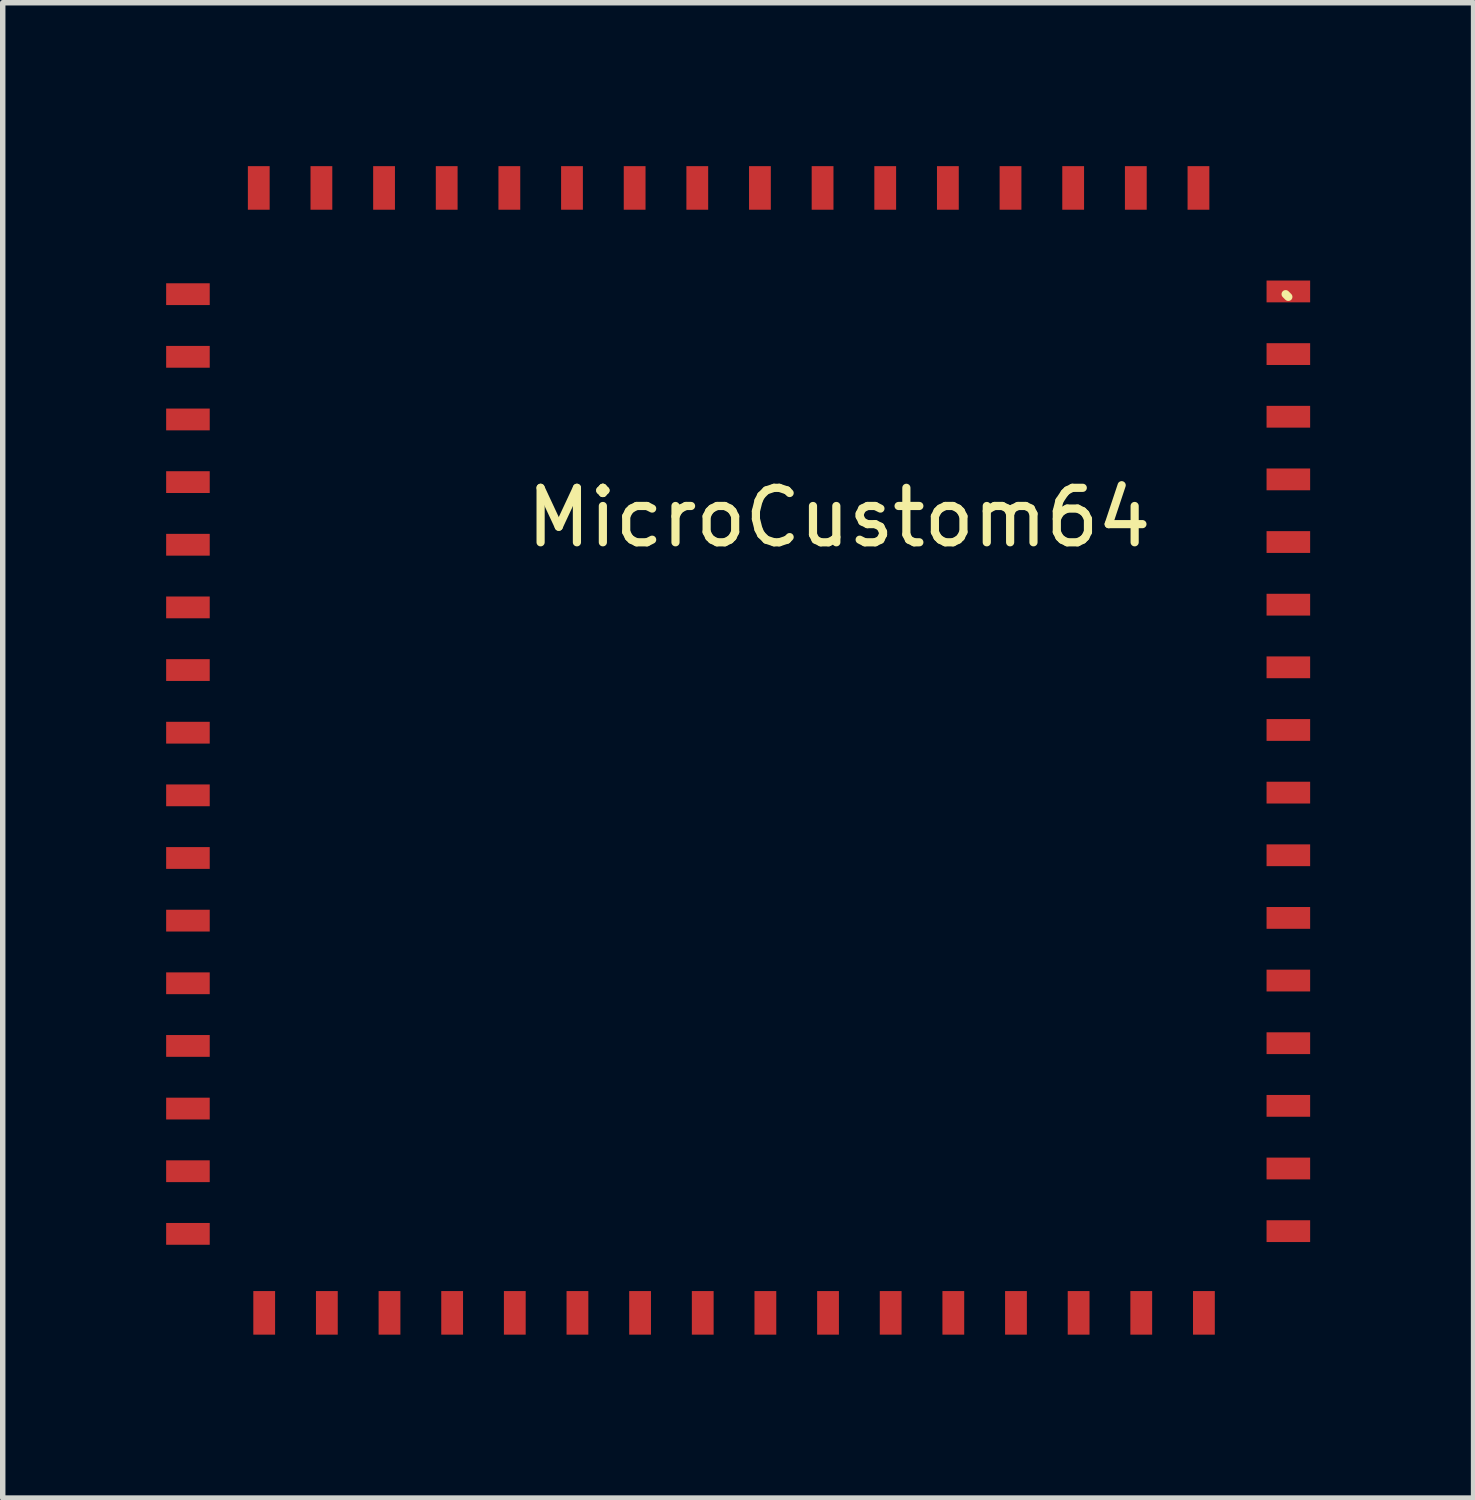
<source format=kicad_pcb>
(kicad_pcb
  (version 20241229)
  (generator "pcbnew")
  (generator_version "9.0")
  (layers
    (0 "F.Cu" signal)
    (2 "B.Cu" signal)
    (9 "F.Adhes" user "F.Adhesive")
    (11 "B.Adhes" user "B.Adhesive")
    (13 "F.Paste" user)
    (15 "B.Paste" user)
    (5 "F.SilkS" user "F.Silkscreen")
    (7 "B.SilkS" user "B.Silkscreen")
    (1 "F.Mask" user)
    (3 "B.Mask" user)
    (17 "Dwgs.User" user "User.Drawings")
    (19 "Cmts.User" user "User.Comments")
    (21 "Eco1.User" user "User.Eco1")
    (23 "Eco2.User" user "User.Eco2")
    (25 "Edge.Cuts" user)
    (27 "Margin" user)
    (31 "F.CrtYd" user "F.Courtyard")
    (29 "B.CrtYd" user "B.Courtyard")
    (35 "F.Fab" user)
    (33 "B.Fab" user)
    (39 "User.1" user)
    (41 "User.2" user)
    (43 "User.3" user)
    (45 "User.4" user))
  (footprint "MicroCustom64"
    (layer "F.Cu")
    (at 10.3 12.5)
    (property "Reference" "MicroCustom64" (at 2.05 -6.05 0) (layer "F.SilkS") (effects (font (size 1 1) (thickness 0.15))))
    (attr through_hole)
    (fp_line (start 10.3 -10.1) (end 10.25 -10.15) (stroke (width 0.15) (type solid)) (layer "F.SilkS"))
    (pad "P1" smd rect (at -9.9 -10.15 270) (size 0.4 0.8) (layers "F.Cu" "F.Mask" "F.Paste"))
    (pad "P2" smd rect (at -9.9 -9 270) (size 0.4 0.8) (layers "F.Cu" "F.Mask" "F.Paste"))
    (pad "P3" smd rect (at -9.9 -7.85 270) (size 0.4 0.8) (layers "F.Cu" "F.Mask" "F.Paste"))
    (pad "P4" smd rect (at -9.9 -6.7 270) (size 0.4 0.8) (layers "F.Cu" "F.Mask" "F.Paste"))
    (pad "P5" smd rect (at -9.9 -5.55 270) (size 0.4 0.8) (layers "F.Cu" "F.Mask" "F.Paste"))
    (pad "P6" smd rect (at -9.9 -4.4 270) (size 0.4 0.8) (layers "F.Cu" "F.Mask" "F.Paste"))
    (pad "P7" smd rect (at -9.9 -3.25 270) (size 0.4 0.8) (layers "F.Cu" "F.Mask" "F.Paste"))
    (pad "P8" smd rect (at -9.9 -2.1 270) (size 0.4 0.8) (layers "F.Cu" "F.Mask" "F.Paste"))
    (pad "P9" smd rect (at -9.9 -0.95 270) (size 0.4 0.8) (layers "F.Cu" "F.Mask" "F.Paste"))
    (pad "P10" smd rect (at -9.9 0.2 270) (size 0.4 0.8) (layers "F.Cu" "F.Mask" "F.Paste"))
    (pad "P11" smd rect (at -9.9 1.35 270) (size 0.4 0.8) (layers "F.Cu" "F.Mask" "F.Paste"))
    (pad "P12" smd rect (at -9.9 2.5 270) (size 0.4 0.8) (layers "F.Cu" "F.Mask" "F.Paste"))
    (pad "P13" smd rect (at -9.9 3.65 270) (size 0.4 0.8) (layers "F.Cu" "F.Mask" "F.Paste"))
    (pad "P14" smd rect (at -9.9 4.8 270) (size 0.4 0.8) (layers "F.Cu" "F.Mask" "F.Paste"))
    (pad "P15" smd rect (at -9.9 5.95 270) (size 0.4 0.8) (layers "F.Cu" "F.Mask" "F.Paste"))
    (pad "P16" smd rect (at -9.9 7.1 270) (size 0.4 0.8) (layers "F.Cu" "F.Mask" "F.Paste"))
    (pad "P17" smd rect (at -8.5 8.55) (size 0.4 0.8) (layers "F.Cu" "F.Mask" "F.Paste"))
    (pad "P18" smd rect (at -7.35 8.55) (size 0.4 0.8) (layers "F.Cu" "F.Mask" "F.Paste"))
    (pad "P19" smd rect (at -6.2 8.55) (size 0.4 0.8) (layers "F.Cu" "F.Mask" "F.Paste"))
    (pad "P20" smd rect (at -5.05 8.55) (size 0.4 0.8) (layers "F.Cu" "F.Mask" "F.Paste"))
    (pad "P21" smd rect (at -3.9 8.55) (size 0.4 0.8) (layers "F.Cu" "F.Mask" "F.Paste"))
    (pad "P22" smd rect (at -2.75 8.55) (size 0.4 0.8) (layers "F.Cu" "F.Mask" "F.Paste"))
    (pad "P23" smd rect (at -1.6 8.55) (size 0.4 0.8) (layers "F.Cu" "F.Mask" "F.Paste"))
    (pad "P24" smd rect (at -0.45 8.55) (size 0.4 0.8) (layers "F.Cu" "F.Mask" "F.Paste"))
    (pad "P25" smd rect (at 0.7 8.55) (size 0.4 0.8) (layers "F.Cu" "F.Mask" "F.Paste"))
    (pad "P26" smd rect (at 1.85 8.55) (size 0.4 0.8) (layers "F.Cu" "F.Mask" "F.Paste"))
    (pad "P27" smd rect (at 3 8.55) (size 0.4 0.8) (layers "F.Cu" "F.Mask" "F.Paste"))
    (pad "P28" smd rect (at 4.15 8.55) (size 0.4 0.8) (layers "F.Cu" "F.Mask" "F.Paste"))
    (pad "P29" smd rect (at 5.3 8.55) (size 0.4 0.8) (layers "F.Cu" "F.Mask" "F.Paste"))
    (pad "P30" smd rect (at 6.45 8.55) (size 0.4 0.8) (layers "F.Cu" "F.Mask" "F.Paste"))
    (pad "P31" smd rect (at 7.6 8.55) (size 0.4 0.8) (layers "F.Cu" "F.Mask" "F.Paste"))
    (pad "P32" smd rect (at 8.75 8.55) (size 0.4 0.8) (layers "F.Cu" "F.Mask" "F.Paste"))
    (pad "P33" smd rect (at 10.3 7.05 270) (size 0.4 0.8) (layers "F.Cu" "F.Mask" "F.Paste"))
    (pad "P34" smd rect (at 10.3 5.9 270) (size 0.4 0.8) (layers "F.Cu" "F.Mask" "F.Paste"))
    (pad "P35" smd rect (at 10.3 4.75 270) (size 0.4 0.8) (layers "F.Cu" "F.Mask" "F.Paste"))
    (pad "P36" smd rect (at 10.3 3.6 270) (size 0.4 0.8) (layers "F.Cu" "F.Mask" "F.Paste"))
    (pad "P37" smd rect (at 10.3 2.45 270) (size 0.4 0.8) (layers "F.Cu" "F.Mask" "F.Paste"))
    (pad "P38" smd rect (at 10.3 1.3 270) (size 0.4 0.8) (layers "F.Cu" "F.Mask" "F.Paste"))
    (pad "P39" smd rect (at 10.3 0.15 270) (size 0.4 0.8) (layers "F.Cu" "F.Mask" "F.Paste"))
    (pad "P40" smd rect (at 10.3 -1 270) (size 0.4 0.8) (layers "F.Cu" "F.Mask" "F.Paste"))
    (pad "P41" smd rect (at 10.3 -2.15 270) (size 0.4 0.8) (layers "F.Cu" "F.Mask" "F.Paste"))
    (pad "P42" smd rect (at 10.3 -3.3 270) (size 0.4 0.8) (layers "F.Cu" "F.Mask" "F.Paste"))
    (pad "P43" smd rect (at 10.3 -4.45 270) (size 0.4 0.8) (layers "F.Cu" "F.Mask" "F.Paste"))
    (pad "P44" smd rect (at 10.3 -5.6 270) (size 0.4 0.8) (layers "F.Cu" "F.Mask" "F.Paste"))
    (pad "P45" smd rect (at 10.3 -6.75 270) (size 0.4 0.8) (layers "F.Cu" "F.Mask" "F.Paste"))
    (pad "P46" smd rect (at 10.3 -7.9 270) (size 0.4 0.8) (layers "F.Cu" "F.Mask" "F.Paste"))
    (pad "P47" smd rect (at 10.3 -9.05 270) (size 0.4 0.8) (layers "F.Cu" "F.Mask" "F.Paste"))
    (pad "P48" smd rect (at 10.3 -10.2 270) (size 0.4 0.8) (layers "F.Cu" "F.Mask" "F.Paste"))
    (pad "P49" smd rect (at 8.65 -12.1) (size 0.4 0.8) (layers "F.Cu" "F.Mask" "F.Paste"))
    (pad "P50" smd rect (at 7.5 -12.1) (size 0.4 0.8) (layers "F.Cu" "F.Mask" "F.Paste"))
    (pad "P51" smd rect (at 6.35 -12.1) (size 0.4 0.8) (layers "F.Cu" "F.Mask" "F.Paste"))
    (pad "P52" smd rect (at 5.2 -12.1) (size 0.4 0.8) (layers "F.Cu" "F.Mask" "F.Paste"))
    (pad "P53" smd rect (at 4.05 -12.1) (size 0.4 0.8) (layers "F.Cu" "F.Mask" "F.Paste"))
    (pad "P54" smd rect (at 2.9 -12.1) (size 0.4 0.8) (layers "F.Cu" "F.Mask" "F.Paste"))
    (pad "P55" smd rect (at 1.75 -12.1) (size 0.4 0.8) (layers "F.Cu" "F.Mask" "F.Paste"))
    (pad "P56" smd rect (at 0.6 -12.1) (size 0.4 0.8) (layers "F.Cu" "F.Mask" "F.Paste"))
    (pad "P57" smd rect (at -0.55 -12.1) (size 0.4 0.8) (layers "F.Cu" "F.Mask" "F.Paste"))
    (pad "P58" smd rect (at -1.7 -12.1) (size 0.4 0.8) (layers "F.Cu" "F.Mask" "F.Paste"))
    (pad "P59" smd rect (at -2.85 -12.1) (size 0.4 0.8) (layers "F.Cu" "F.Mask" "F.Paste"))
    (pad "P60" smd rect (at -4 -12.1) (size 0.4 0.8) (layers "F.Cu" "F.Mask" "F.Paste"))
    (pad "P61" smd rect (at -5.15 -12.1) (size 0.4 0.8) (layers "F.Cu" "F.Mask" "F.Paste"))
    (pad "P62" smd rect (at -6.3 -12.1) (size 0.4 0.8) (layers "F.Cu" "F.Mask" "F.Paste"))
    (pad "P63" smd rect (at -7.45 -12.1) (size 0.4 0.8) (layers "F.Cu" "F.Mask" "F.Paste"))
    (pad "P64" smd rect (at -8.6 -12.1) (size 0.4 0.8) (layers "F.Cu" "F.Mask" "F.Paste")))
  (gr_rect
    (start -3 -3)
    (end 24 24.45)
    (stroke (width 0.1) (type default))
    (fill no)
    (layer "Edge.Cuts")))
</source>
